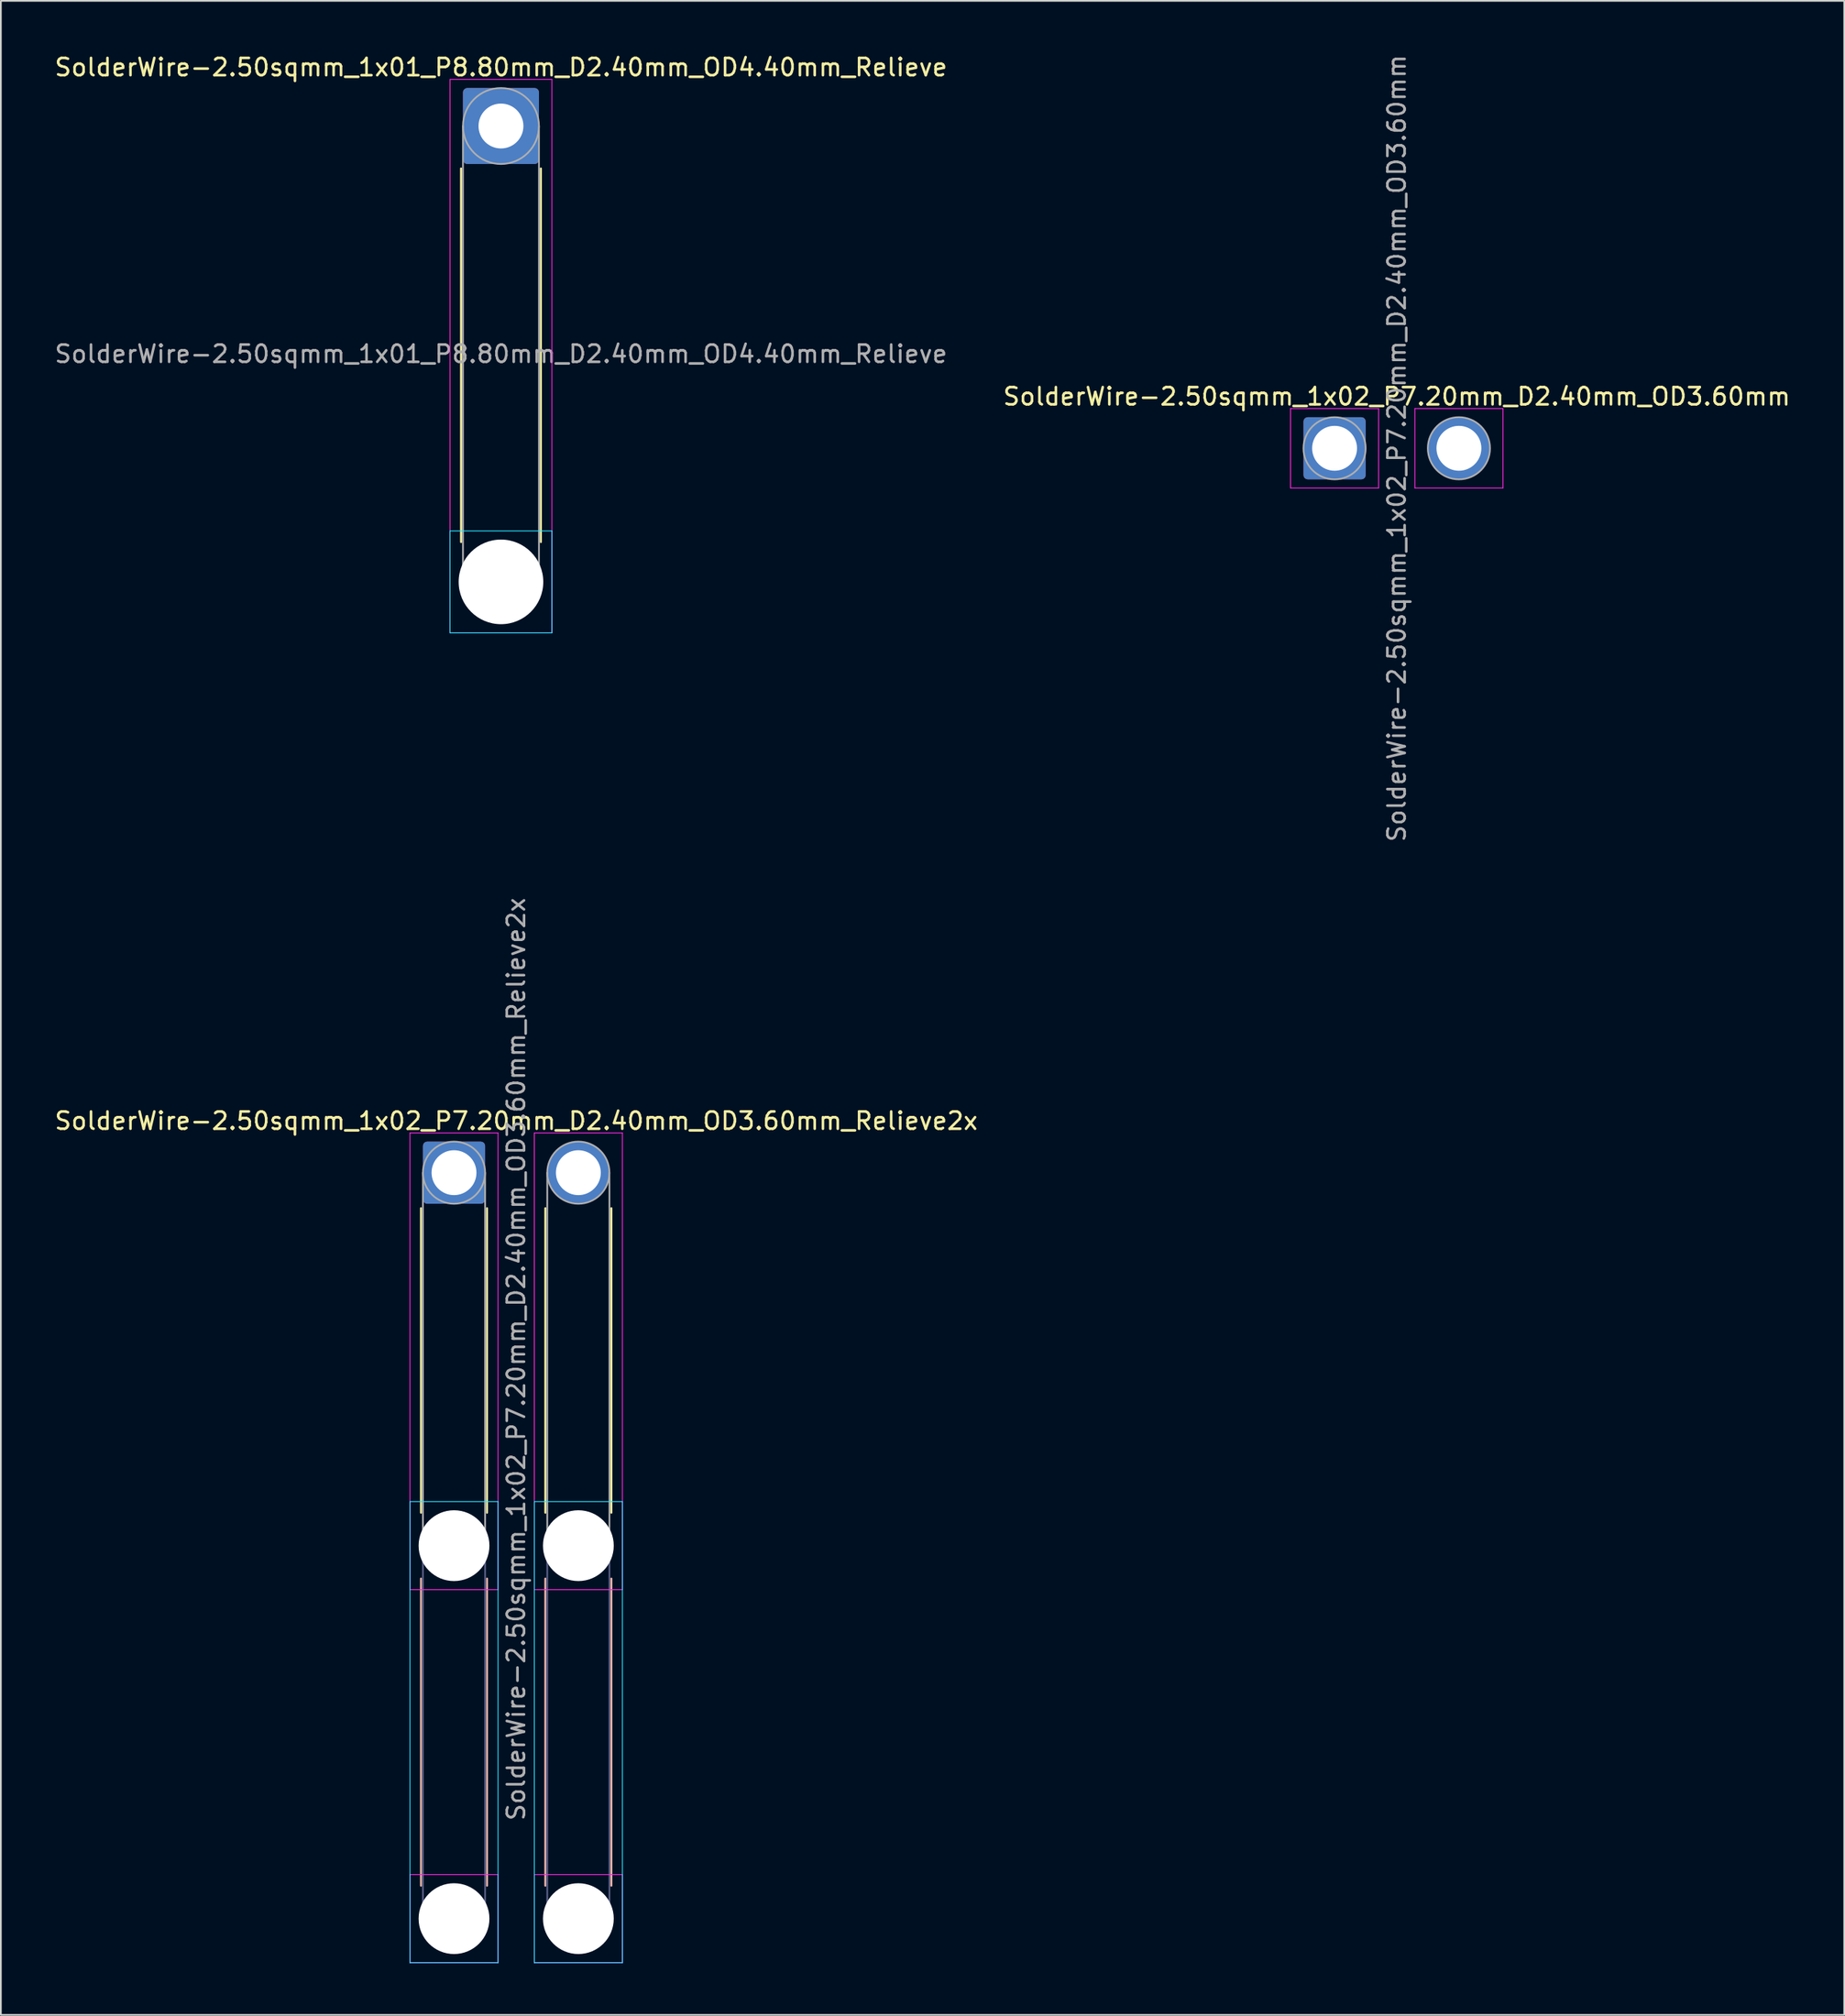
<source format=kicad_pcb>
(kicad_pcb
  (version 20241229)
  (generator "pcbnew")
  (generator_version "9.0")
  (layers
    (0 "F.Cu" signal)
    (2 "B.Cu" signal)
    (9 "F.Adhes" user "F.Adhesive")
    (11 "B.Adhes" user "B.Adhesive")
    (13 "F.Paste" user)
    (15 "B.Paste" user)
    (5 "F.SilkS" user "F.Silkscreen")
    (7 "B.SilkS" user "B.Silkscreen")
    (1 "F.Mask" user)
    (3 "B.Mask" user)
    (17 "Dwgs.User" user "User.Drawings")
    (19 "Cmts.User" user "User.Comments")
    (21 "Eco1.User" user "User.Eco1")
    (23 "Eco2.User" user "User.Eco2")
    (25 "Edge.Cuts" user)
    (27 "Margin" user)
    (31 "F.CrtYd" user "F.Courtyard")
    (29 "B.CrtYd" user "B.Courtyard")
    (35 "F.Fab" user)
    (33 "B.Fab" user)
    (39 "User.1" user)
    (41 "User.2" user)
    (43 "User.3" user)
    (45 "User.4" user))
  (footprint "SolderWire-2.50sqmm_1x02_P7.20mm_D2.40mm_OD3.60mm_Relieve2x"
    (layer "F.Cu")
    (at 23.239 64.861)
    (property "Reference" "SolderWire-2.50sqmm_1x02_P7.20mm_D2.40mm_OD3.60mm_Relieve2x" (at 3.6 -3 0) (layer "F.SilkS") (effects (font (size 1 1) (thickness 0.15))))
    (attr exclude_from_pos_files exclude_from_bom)
    (fp_line (start -1.91 2.06) (end -1.91 19.69) (stroke (width 0.12) (type solid)) (layer "F.SilkS"))
    (fp_line (start 1.91 2.06) (end 1.91 19.69) (stroke (width 0.12) (type solid)) (layer "F.SilkS"))
    (fp_line (start 5.29 2.06) (end 5.29 19.69) (stroke (width 0.12) (type solid)) (layer "F.SilkS"))
    (fp_line (start 9.11 2.06) (end 9.11 19.69) (stroke (width 0.12) (type solid)) (layer "F.SilkS"))
    (fp_line (start -1.91 23.51) (end -1.91 41.29) (stroke (width 0.12) (type solid)) (layer "B.SilkS"))
    (fp_line (start 1.91 23.51) (end 1.91 41.29) (stroke (width 0.12) (type solid)) (layer "B.SilkS"))
    (fp_line (start 5.29 23.51) (end 5.29 41.29) (stroke (width 0.12) (type solid)) (layer "B.SilkS"))
    (fp_line (start 9.11 23.51) (end 9.11 41.29) (stroke (width 0.12) (type solid)) (layer "B.SilkS"))
    (fp_line (start -2.55 19.05) (end -2.55 45.75) (stroke (width 0.05) (type solid)) (layer "B.CrtYd"))
    (fp_line (start -2.55 45.75) (end 2.55 45.75) (stroke (width 0.05) (type solid)) (layer "B.CrtYd"))
    (fp_line (start 2.55 19.05) (end -2.55 19.05) (stroke (width 0.05) (type solid)) (layer "B.CrtYd"))
    (fp_line (start 2.55 45.75) (end 2.55 19.05) (stroke (width 0.05) (type solid)) (layer "B.CrtYd"))
    (fp_line (start 4.65 19.05) (end 4.65 45.75) (stroke (width 0.05) (type solid)) (layer "B.CrtYd"))
    (fp_line (start 4.65 45.75) (end 9.75 45.75) (stroke (width 0.05) (type solid)) (layer "B.CrtYd"))
    (fp_line (start 9.75 19.05) (end 4.65 19.05) (stroke (width 0.05) (type solid)) (layer "B.CrtYd"))
    (fp_line (start 9.75 45.75) (end 9.75 19.05) (stroke (width 0.05) (type solid)) (layer "B.CrtYd"))
    (fp_line (start -2.55 -2.3) (end -2.55 24.15) (stroke (width 0.05) (type solid)) (layer "F.CrtYd"))
    (fp_line (start -2.55 24.15) (end 2.55 24.15) (stroke (width 0.05) (type solid)) (layer "F.CrtYd"))
    (fp_line (start -2.55 40.65) (end -2.55 45.75) (stroke (width 0.05) (type solid)) (layer "F.CrtYd"))
    (fp_line (start -2.55 45.75) (end 2.55 45.75) (stroke (width 0.05) (type solid)) (layer "F.CrtYd"))
    (fp_line (start 2.55 -2.3) (end -2.55 -2.3) (stroke (width 0.05) (type solid)) (layer "F.CrtYd"))
    (fp_line (start 2.55 24.15) (end 2.55 -2.3) (stroke (width 0.05) (type solid)) (layer "F.CrtYd"))
    (fp_line (start 2.55 40.65) (end -2.55 40.65) (stroke (width 0.05) (type solid)) (layer "F.CrtYd"))
    (fp_line (start 2.55 45.75) (end 2.55 40.65) (stroke (width 0.05) (type solid)) (layer "F.CrtYd"))
    (fp_line (start 4.65 -2.3) (end 4.65 24.15) (stroke (width 0.05) (type solid)) (layer "F.CrtYd"))
    (fp_line (start 4.65 24.15) (end 9.75 24.15) (stroke (width 0.05) (type solid)) (layer "F.CrtYd"))
    (fp_line (start 4.65 40.65) (end 4.65 45.75) (stroke (width 0.05) (type solid)) (layer "F.CrtYd"))
    (fp_line (start 4.65 45.75) (end 9.75 45.75) (stroke (width 0.05) (type solid)) (layer "F.CrtYd"))
    (fp_line (start 9.75 -2.3) (end 4.65 -2.3) (stroke (width 0.05) (type solid)) (layer "F.CrtYd"))
    (fp_line (start 9.75 24.15) (end 9.75 -2.3) (stroke (width 0.05) (type solid)) (layer "F.CrtYd"))
    (fp_line (start 9.75 40.65) (end 4.65 40.65) (stroke (width 0.05) (type solid)) (layer "F.CrtYd"))
    (fp_line (start 9.75 45.75) (end 9.75 40.65) (stroke (width 0.05) (type solid)) (layer "F.CrtYd"))
    (fp_line (start -1.8 21.6) (end -1.8 43.2) (stroke (width 0.1) (type solid)) (layer "B.Fab"))
    (fp_line (start 1.8 21.6) (end 1.8 43.2) (stroke (width 0.1) (type solid)) (layer "B.Fab"))
    (fp_line (start 5.4 21.6) (end 5.4 43.2) (stroke (width 0.1) (type solid)) (layer "B.Fab"))
    (fp_line (start 9 21.6) (end 9 43.2) (stroke (width 0.1) (type solid)) (layer "B.Fab"))
    (fp_circle (center 0 21.6) (end 1.8 21.6) (stroke (width 0.1) (type solid)) (fill no) (layer "B.Fab"))
    (fp_circle (center 0 43.2) (end 1.8 43.2) (stroke (width 0.1) (type solid)) (fill no) (layer "B.Fab"))
    (fp_circle (center 7.2 21.6) (end 9 21.6) (stroke (width 0.1) (type solid)) (fill no) (layer "B.Fab"))
    (fp_circle (center 7.2 43.2) (end 9 43.2) (stroke (width 0.1) (type solid)) (fill no) (layer "B.Fab"))
    (fp_line (start -1.8 0) (end -1.8 21.6) (stroke (width 0.1) (type solid)) (layer "F.Fab"))
    (fp_line (start 1.8 0) (end 1.8 21.6) (stroke (width 0.1) (type solid)) (layer "F.Fab"))
    (fp_line (start 5.4 0) (end 5.4 21.6) (stroke (width 0.1) (type solid)) (layer "F.Fab"))
    (fp_line (start 9 0) (end 9 21.6) (stroke (width 0.1) (type solid)) (layer "F.Fab"))
    (fp_circle (center 0 0) (end 1.8 0) (stroke (width 0.1) (type solid)) (fill no) (layer "F.Fab"))
    (fp_circle (center 0 21.6) (end 1.8 21.6) (stroke (width 0.1) (type solid)) (fill no) (layer "F.Fab"))
    (fp_circle (center 0 43.2) (end 1.8 43.2) (stroke (width 0.1) (type solid)) (fill no) (layer "F.Fab"))
    (fp_circle (center 7.2 0) (end 9 0) (stroke (width 0.1) (type solid)) (fill no) (layer "F.Fab"))
    (fp_circle (center 7.2 21.6) (end 9 21.6) (stroke (width 0.1) (type solid)) (fill no) (layer "F.Fab"))
    (fp_circle (center 7.2 43.2) (end 9 43.2) (stroke (width 0.1) (type solid)) (fill no) (layer "F.Fab"))
    (fp_text user "${REFERENCE}" (at 3.6 10.8 90) (layer "F.Fab") (effects (font (size 1 1) (thickness 0.15))))
    (pad "" np_thru_hole circle (at 0 21.6) (size 4.1 4.1) (drill 4.1) (layers "*.Cu" "*.Mask"))
    (pad "" np_thru_hole circle (at 0 43.2) (size 4.1 4.1) (drill 4.1) (layers "*.Cu" "*.Mask"))
    (pad "" np_thru_hole circle (at 7.2 21.6) (size 4.1 4.1) (drill 4.1) (layers "*.Cu" "*.Mask"))
    (pad "" np_thru_hole circle (at 7.2 43.2) (size 4.1 4.1) (drill 4.1) (layers "*.Cu" "*.Mask"))
    (pad "1" thru_hole roundrect (at 0 0) (size 3.6 3.6) (drill 2.6) (layers "*.Cu" "*.Mask") (roundrect_rratio 0.069))
    (pad "2" thru_hole circle (at 7.2 0) (size 3.6 3.6) (drill 2.6) (layers "*.Cu" "*.Mask")))
  (footprint "SolderWire-2.50sqmm_1x01_P8.80mm_D2.40mm_OD4.40mm_Relieve"
    (layer "F.Cu")
    (at 25.958 4.248)
    (property "Reference" "SolderWire-2.50sqmm_1x01_P8.80mm_D2.40mm_OD4.40mm_Relieve" (at 0 -3.4 0) (layer "F.SilkS") (effects (font (size 1 1) (thickness 0.15))))
    (attr exclude_from_pos_files exclude_from_bom)
    (fp_line (start -2.31 2.46) (end -2.31 24.09) (stroke (width 0.12) (type solid)) (layer "F.SilkS"))
    (fp_line (start 2.31 2.46) (end 2.31 24.09) (stroke (width 0.12) (type solid)) (layer "F.SilkS"))
    (fp_line (start -2.95 23.45) (end -2.95 29.35) (stroke (width 0.05) (type solid)) (layer "B.CrtYd"))
    (fp_line (start -2.95 29.35) (end 2.95 29.35) (stroke (width 0.05) (type solid)) (layer "B.CrtYd"))
    (fp_line (start 2.95 23.45) (end -2.95 23.45) (stroke (width 0.05) (type solid)) (layer "B.CrtYd"))
    (fp_line (start 2.95 29.35) (end 2.95 23.45) (stroke (width 0.05) (type solid)) (layer "B.CrtYd"))
    (fp_line (start -2.95 -2.7) (end -2.95 29.35) (stroke (width 0.05) (type solid)) (layer "F.CrtYd"))
    (fp_line (start -2.95 29.35) (end 2.95 29.35) (stroke (width 0.05) (type solid)) (layer "F.CrtYd"))
    (fp_line (start 2.95 -2.7) (end -2.95 -2.7) (stroke (width 0.05) (type solid)) (layer "F.CrtYd"))
    (fp_line (start 2.95 29.35) (end 2.95 -2.7) (stroke (width 0.05) (type solid)) (layer "F.CrtYd"))
    (fp_line (start -2.2 0) (end -2.2 26.4) (stroke (width 0.1) (type solid)) (layer "F.Fab"))
    (fp_line (start 2.2 0) (end 2.2 26.4) (stroke (width 0.1) (type solid)) (layer "F.Fab"))
    (fp_circle (center 0 0) (end 2.2 0) (stroke (width 0.1) (type solid)) (fill no) (layer "F.Fab"))
    (fp_circle (center 0 26.4) (end 2.2 26.4) (stroke (width 0.1) (type solid)) (fill no) (layer "F.Fab"))
    (fp_text user "${REFERENCE}" (at 0 13.2 0) (layer "F.Fab") (effects (font (size 1 1) (thickness 0.15))))
    (pad "" np_thru_hole circle (at 0 26.4) (size 4.9 4.9) (drill 4.9) (layers "*.Cu" "*.Mask"))
    (pad "1" thru_hole roundrect (at 0 0) (size 4.4 4.4) (drill 2.6) (layers "*.Cu" "*.Mask") (roundrect_rratio 0.057)))
  (footprint "SolderWire-2.50sqmm_1x02_P7.20mm_D2.40mm_OD3.60mm"
    (layer "F.Cu")
    (at 74.227 22.911)
    (property "Reference" "SolderWire-2.50sqmm_1x02_P7.20mm_D2.40mm_OD3.60mm" (at 3.6 -3 0) (layer "F.SilkS") (effects (font (size 1 1) (thickness 0.15))))
    (attr exclude_from_pos_files exclude_from_bom)
    (fp_line (start -2.55 -2.3) (end -2.55 2.3) (stroke (width 0.05) (type solid)) (layer "F.CrtYd"))
    (fp_line (start -2.55 2.3) (end 2.55 2.3) (stroke (width 0.05) (type solid)) (layer "F.CrtYd"))
    (fp_line (start 2.55 -2.3) (end -2.55 -2.3) (stroke (width 0.05) (type solid)) (layer "F.CrtYd"))
    (fp_line (start 2.55 2.3) (end 2.55 -2.3) (stroke (width 0.05) (type solid)) (layer "F.CrtYd"))
    (fp_line (start 4.65 -2.3) (end 4.65 2.3) (stroke (width 0.05) (type solid)) (layer "F.CrtYd"))
    (fp_line (start 4.65 2.3) (end 9.75 2.3) (stroke (width 0.05) (type solid)) (layer "F.CrtYd"))
    (fp_line (start 9.75 -2.3) (end 4.65 -2.3) (stroke (width 0.05) (type solid)) (layer "F.CrtYd"))
    (fp_line (start 9.75 2.3) (end 9.75 -2.3) (stroke (width 0.05) (type solid)) (layer "F.CrtYd"))
    (fp_circle (center 0 0) (end 1.8 0) (stroke (width 0.1) (type solid)) (fill no) (layer "F.Fab"))
    (fp_circle (center 7.2 0) (end 9 0) (stroke (width 0.1) (type solid)) (fill no) (layer "F.Fab"))
    (fp_text user "${REFERENCE}" (at 3.6 0 90) (layer "F.Fab") (effects (font (size 1 1) (thickness 0.15))))
    (pad "1" thru_hole roundrect (at 0 0) (size 3.6 3.6) (drill 2.6) (layers "*.Cu" "*.Mask") (roundrect_rratio 0.069))
    (pad "2" thru_hole circle (at 7.2 0) (size 3.6 3.6) (drill 2.6) (layers "*.Cu" "*.Mask")))
  (gr_rect
    (start -3 -3)
    (end 103.738 113.636)
    (stroke (width 0.1) (type default))
    (fill no)
    (layer "Edge.Cuts")))
</source>
